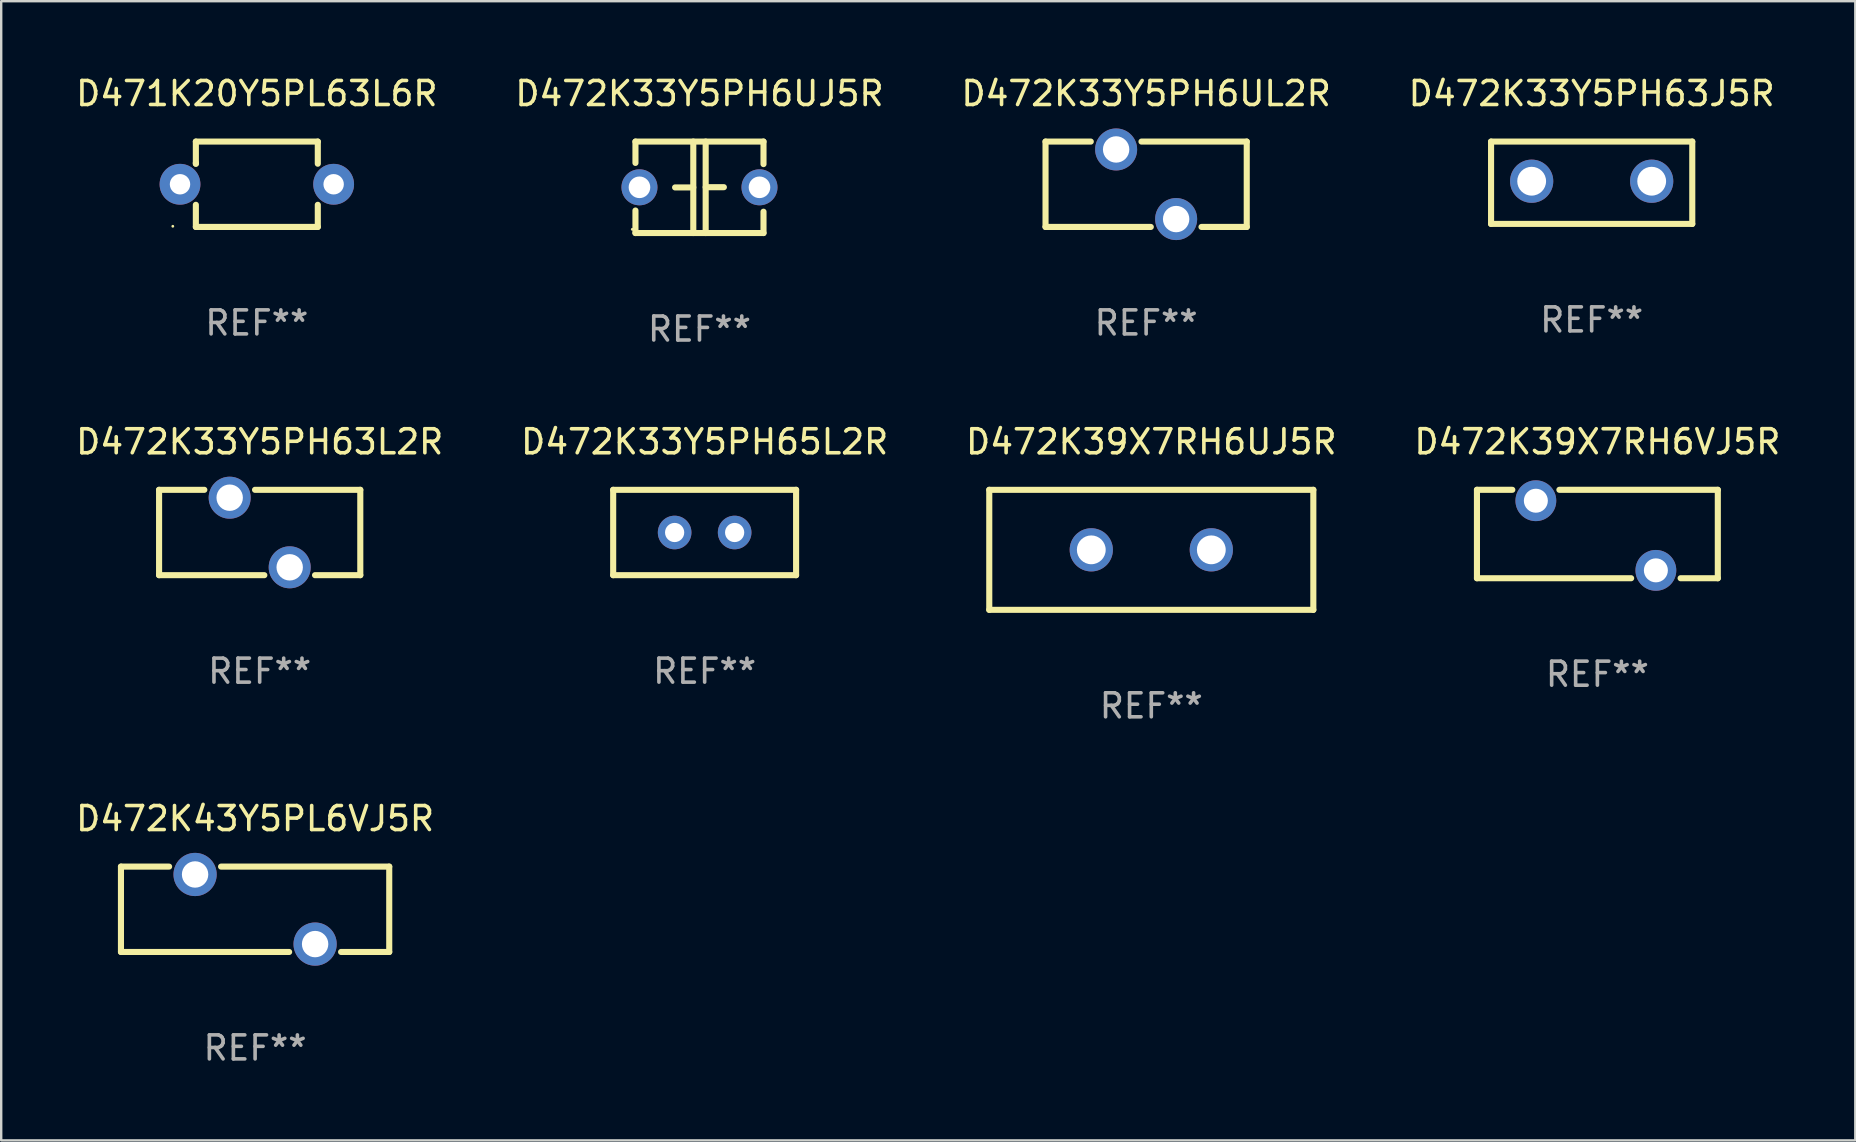
<source format=kicad_pcb>
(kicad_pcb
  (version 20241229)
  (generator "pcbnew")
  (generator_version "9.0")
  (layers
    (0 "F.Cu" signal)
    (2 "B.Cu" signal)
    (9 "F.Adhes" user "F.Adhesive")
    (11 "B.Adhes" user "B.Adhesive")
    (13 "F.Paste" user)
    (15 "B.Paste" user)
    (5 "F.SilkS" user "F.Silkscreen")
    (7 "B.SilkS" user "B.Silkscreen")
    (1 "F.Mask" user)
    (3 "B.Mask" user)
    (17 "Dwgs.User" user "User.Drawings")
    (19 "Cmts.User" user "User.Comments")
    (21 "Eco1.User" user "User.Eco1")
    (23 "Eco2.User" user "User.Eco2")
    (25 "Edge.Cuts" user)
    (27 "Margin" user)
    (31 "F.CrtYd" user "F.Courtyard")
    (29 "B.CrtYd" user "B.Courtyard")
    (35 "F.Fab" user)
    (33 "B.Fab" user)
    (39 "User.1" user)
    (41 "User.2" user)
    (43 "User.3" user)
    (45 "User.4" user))
  (footprint "D472K33Y5PH6UJ5R"
    (layer "F.Cu")
    (at 26.089 4.753)
    (property "Reference" "D472K33Y5PH6UJ5R" (at 0 -3.905 0) (layer "F.SilkS") (effects (font (size 1 1) (thickness 0.15))))
    (attr through_hole)
    (fp_line (start -2.667 -1.905) (end -2.667 -1.016) (stroke (width 0.254) (type solid)) (layer "F.SilkS"))
    (fp_line (start -2.667 0.967) (end -2.667 1.905) (stroke (width 0.254) (type solid)) (layer "F.SilkS"))
    (fp_line (start -2.667 1.905) (end 2.667 1.905) (stroke (width 0.254) (type solid)) (layer "F.SilkS"))
    (fp_line (start -0.258 0.005) (end -1.016 0.005) (stroke (width 0.254) (type solid)) (layer "F.SilkS"))
    (fp_line (start -0.258 1.905) (end -0.258 -1.905) (stroke (width 0.254) (type solid)) (layer "F.SilkS"))
    (fp_line (start 0.258 -1.905) (end 0.258 1.905) (stroke (width 0.254) (type solid)) (layer "F.SilkS"))
    (fp_line (start 0.258 -0.005) (end 1.016 -0.005) (stroke (width 0.254) (type solid)) (layer "F.SilkS"))
    (fp_line (start 2.667 -1.905) (end -2.667 -1.905) (stroke (width 0.254) (type solid)) (layer "F.SilkS"))
    (fp_line (start 2.667 -0.967) (end 2.667 -1.905) (stroke (width 0.254) (type solid)) (layer "F.SilkS"))
    (fp_line (start 2.667 1.905) (end 2.667 1.016) (stroke (width 0.254) (type solid)) (layer "F.SilkS"))
    (fp_circle (center -2.8 1.75) (end -2.77 1.75) (stroke (width 0.06) (type solid)) (fill no) (layer "F.SilkS"))
    (fp_text user "REF**" (at 0 5.905 0) (layer "F.Fab") (effects (font (size 1 1) (thickness 0.15))))
    (pad "1" thru_hole circle (at -2.5 0) (size 1.5 1.5) (drill 0.9) (layers "*.Cu" "*.Mask"))
    (pad "2" thru_hole circle (at 2.5 0) (size 1.5 1.5) (drill 0.9) (layers "*.Cu" "*.Mask")))
  (footprint "D472K33Y5PH63L2R"
    (layer "F.Cu")
    (at 7.768 19.133)
    (property "Reference" "D472K33Y5PH63L2R" (at 0 -3.778 0) (layer "F.SilkS") (effects (font (size 1 1) (thickness 0.15))))
    (attr through_hole)
    (fp_line (start -4.191 -1.778) (end -2.306 -1.778) (stroke (width 0.254) (type solid)) (layer "F.SilkS"))
    (fp_line (start -4.191 1.778) (end -4.191 -1.778) (stroke (width 0.254) (type solid)) (layer "F.SilkS"))
    (fp_line (start -0.194 -1.778) (end 4.191 -1.778) (stroke (width 0.254) (type solid)) (layer "F.SilkS"))
    (fp_line (start 0.194 1.778) (end -4.191 1.778) (stroke (width 0.254) (type solid)) (layer "F.SilkS"))
    (fp_line (start 4.191 -1.778) (end 4.191 1.778) (stroke (width 0.254) (type solid)) (layer "F.SilkS"))
    (fp_line (start 4.191 1.778) (end 2.306 1.778) (stroke (width 0.254) (type solid)) (layer "F.SilkS"))
    (fp_circle (center -4.25 1.75) (end -4.22 1.75) (stroke (width 0.06) (type solid)) (fill no) (layer "F.SilkS"))
    (fp_text user "REF**" (at 0 5.778 0) (layer "F.Fab") (effects (font (size 1 1) (thickness 0.15))))
    (pad "1" thru_hole circle (at -1.25 -1.45) (size 1.75 1.75) (drill 1.1) (layers "*.Cu" "*.Mask"))
    (pad "2" thru_hole circle (at 1.25 1.45) (size 1.75 1.75) (drill 1.1) (layers "*.Cu" "*.Mask")))
  (footprint "D472K33Y5PH63J5R"
    (layer "F.Cu")
    (at 63.256 4.563)
    (property "Reference" "D472K33Y5PH63J5R" (at 0 -3.715 0) (layer "F.SilkS") (effects (font (size 1 1) (thickness 0.15))))
    (attr through_hole)
    (fp_line (start -4.191 -1.715) (end -4.191 1.715) (stroke (width 0.254) (type solid)) (layer "F.SilkS"))
    (fp_line (start -4.191 1.715) (end 4.191 1.715) (stroke (width 0.254) (type solid)) (layer "F.SilkS"))
    (fp_line (start 4.191 -1.715) (end -4.191 -1.715) (stroke (width 0.254) (type solid)) (layer "F.SilkS"))
    (fp_line (start 4.191 1.715) (end 4.191 -1.715) (stroke (width 0.254) (type solid)) (layer "F.SilkS"))
    (fp_circle (center -4.25 1.687) (end -4.22 1.687) (stroke (width 0.06) (type solid)) (fill no) (layer "F.SilkS"))
    (fp_text user "REF**" (at 0 5.715 0) (layer "F.Fab") (effects (font (size 1 1) (thickness 0.15))))
    (pad "1" thru_hole circle (at -2.5 -0.064) (size 1.8 1.8) (drill 1.2) (layers "*.Cu" "*.Mask"))
    (pad "2" thru_hole circle (at 2.5 -0.064) (size 1.8 1.8) (drill 1.2) (layers "*.Cu" "*.Mask")))
  (footprint "D471K20Y5PL63L6R"
    (layer "F.Cu")
    (at 7.649 4.626)
    (property "Reference" "D471K20Y5PL63L6R" (at 0 -3.778 0) (layer "F.SilkS") (effects (font (size 1 1) (thickness 0.15))))
    (attr through_hole)
    (fp_line (start -2.54 -1.778) (end 2.54 -1.778) (stroke (width 0.254) (type solid)) (layer "F.SilkS"))
    (fp_line (start -2.54 -0.856) (end -2.54 -1.778) (stroke (width 0.254) (type solid)) (layer "F.SilkS"))
    (fp_line (start -2.54 -0.856) (end -2.54 -0.889) (stroke (width 0.254) (type solid)) (layer "F.SilkS"))
    (fp_line (start -2.54 1.778) (end -2.54 0.856) (stroke (width 0.254) (type solid)) (layer "F.SilkS"))
    (fp_line (start 2.54 -1.778) (end 2.54 -0.856) (stroke (width 0.254) (type solid)) (layer "F.SilkS"))
    (fp_line (start 2.54 0.856) (end 2.54 1.778) (stroke (width 0.254) (type solid)) (layer "F.SilkS"))
    (fp_line (start 2.54 1.778) (end -2.54 1.778) (stroke (width 0.254) (type solid)) (layer "F.SilkS"))
    (fp_circle (center -3.5 1.75) (end -3.47 1.75) (stroke (width 0.06) (type solid)) (fill no) (layer "F.SilkS"))
    (fp_text user "REF**" (at 0 5.778 0) (layer "F.Fab") (effects (font (size 1 1) (thickness 0.15))))
    (pad "1" thru_hole circle (at -3.2 0.000127) (size 1.7 1.7) (drill 0.85) (layers "*.Cu" "*.Mask"))
    (pad "2" thru_hole circle (at 3.2 0.000127) (size 1.7 1.7) (drill 0.85) (layers "*.Cu" "*.Mask")))
  (footprint "D472K33Y5PH6UL2R"
    (layer "F.Cu")
    (at 44.696 4.626)
    (property "Reference" "D472K33Y5PH6UL2R" (at 0 -3.778 0) (layer "F.SilkS") (effects (font (size 1 1) (thickness 0.15))))
    (attr through_hole)
    (fp_line (start -4.191 -1.778) (end -2.306 -1.778) (stroke (width 0.254) (type solid)) (layer "F.SilkS"))
    (fp_line (start -4.191 1.778) (end -4.191 -1.778) (stroke (width 0.254) (type solid)) (layer "F.SilkS"))
    (fp_line (start -0.194 -1.778) (end 4.191 -1.778) (stroke (width 0.254) (type solid)) (layer "F.SilkS"))
    (fp_line (start 0.194 1.778) (end -4.191 1.778) (stroke (width 0.254) (type solid)) (layer "F.SilkS"))
    (fp_line (start 4.191 -1.778) (end 4.191 1.778) (stroke (width 0.254) (type solid)) (layer "F.SilkS"))
    (fp_line (start 4.191 1.778) (end 2.306 1.778) (stroke (width 0.254) (type solid)) (layer "F.SilkS"))
    (fp_circle (center -4.25 1.75) (end -4.22 1.75) (stroke (width 0.06) (type solid)) (fill no) (layer "F.SilkS"))
    (fp_text user "REF**" (at 0 5.778 0) (layer "F.Fab") (effects (font (size 1 1) (thickness 0.15))))
    (pad "1" thru_hole circle (at -1.25 -1.45) (size 1.75 1.75) (drill 1.1) (layers "*.Cu" "*.Mask"))
    (pad "2" thru_hole circle (at 1.25 1.45) (size 1.75 1.75) (drill 1.1) (layers "*.Cu" "*.Mask")))
  (footprint "D472K33Y5PH65L2R"
    (layer "F.Cu")
    (at 26.304 19.133)
    (property "Reference" "D472K33Y5PH65L2R" (at 0 -3.778 0) (layer "F.SilkS") (effects (font (size 1 1) (thickness 0.15))))
    (attr through_hole)
    (fp_line (start -3.81 -1.778) (end 3.81 -1.778) (stroke (width 0.254) (type solid)) (layer "F.SilkS"))
    (fp_line (start -3.81 1.778) (end -3.81 -1.778) (stroke (width 0.254) (type solid)) (layer "F.SilkS"))
    (fp_line (start 3.81 -1.778) (end 3.81 1.778) (stroke (width 0.254) (type solid)) (layer "F.SilkS"))
    (fp_line (start 3.81 1.778) (end -3.81 1.778) (stroke (width 0.254) (type solid)) (layer "F.SilkS"))
    (fp_circle (center -3.75 1.75) (end -3.72 1.75) (stroke (width 0.06) (type solid)) (fill no) (layer "F.SilkS"))
    (fp_text user "REF**" (at 0 5.778 0) (layer "F.Fab") (effects (font (size 1 1) (thickness 0.15))))
    (pad "1" thru_hole circle (at -1.25 0) (size 1.4 1.4) (drill 0.8) (layers "*.Cu" "*.Mask"))
    (pad "2" thru_hole circle (at 1.25 0) (size 1.4 1.4) (drill 0.8) (layers "*.Cu" "*.Mask")))
  (footprint "D472K39X7RH6UJ5R"
    (layer "F.Cu")
    (at 44.911 19.855)
    (property "Reference" "D472K39X7RH6UJ5R" (at 0 -4.5 0) (layer "F.SilkS") (effects (font (size 1 1) (thickness 0.15))))
    (attr through_hole)
    (fp_line (start -6.75 -2.5) (end 6.75 -2.5) (stroke (width 0.254) (type solid)) (layer "F.SilkS"))
    (fp_line (start -6.75 2.5) (end -6.75 -2.5) (stroke (width 0.254) (type solid)) (layer "F.SilkS"))
    (fp_line (start 6.75 -2.5) (end 6.75 2.5) (stroke (width 0.254) (type solid)) (layer "F.SilkS"))
    (fp_line (start 6.75 2.5) (end -6.75 2.5) (stroke (width 0.254) (type solid)) (layer "F.SilkS"))
    (fp_circle (center -6.75 2.5) (end -6.72 2.5) (stroke (width 0.06) (type solid)) (fill no) (layer "F.SilkS"))
    (fp_text user "REF**" (at 0 6.5 0) (layer "F.Fab") (effects (font (size 1 1) (thickness 0.15))))
    (pad "1" thru_hole circle (at -2.5 0) (size 1.8 1.8) (drill 1.2) (layers "*.Cu" "*.Mask"))
    (pad "2" thru_hole circle (at 2.5 0) (size 1.8 1.8) (drill 1.2) (layers "*.Cu" "*.Mask")))
  (footprint "D472K43Y5PL6VJ5R"
    (layer "F.Cu")
    (at 7.577 34.829)
    (property "Reference" "D472K43Y5PL6VJ5R" (at 0 -3.778 0) (layer "F.SilkS") (effects (font (size 1 1) (thickness 0.15))))
    (attr through_hole)
    (fp_line (start -5.588 -1.778) (end -3.582 -1.778) (stroke (width 0.254) (type solid)) (layer "F.SilkS"))
    (fp_line (start -5.588 1.778) (end -5.588 -1.778) (stroke (width 0.254) (type solid)) (layer "F.SilkS"))
    (fp_line (start -1.418 -1.778) (end 5.588 -1.778) (stroke (width 0.254) (type solid)) (layer "F.SilkS"))
    (fp_line (start 1.418 1.778) (end -5.588 1.778) (stroke (width 0.254) (type solid)) (layer "F.SilkS"))
    (fp_line (start 5.588 -1.778) (end 5.588 1.778) (stroke (width 0.254) (type solid)) (layer "F.SilkS"))
    (fp_line (start 5.588 1.778) (end 3.582 1.778) (stroke (width 0.254) (type solid)) (layer "F.SilkS"))
    (fp_circle (center -5.5 -1.75) (end -5.47 -1.75) (stroke (width 0.06) (type solid)) (fill no) (layer "F.SilkS"))
    (fp_text user "REF**" (at 0 5.778 0) (layer "F.Fab") (effects (font (size 1 1) (thickness 0.15))))
    (pad "1" thru_hole circle (at -2.5 -1.45) (size 1.8 1.8) (drill 1.1) (layers "*.Cu" "*.Mask"))
    (pad "2" thru_hole circle (at 2.5 1.45) (size 1.8 1.8) (drill 1.1) (layers "*.Cu" "*.Mask")))
  (footprint "D472K39X7RH6VJ5R"
    (layer "F.Cu")
    (at 63.494 19.196)
    (property "Reference" "D472K39X7RH6VJ5R" (at 0 -3.842 0) (layer "F.SilkS") (effects (font (size 1 1) (thickness 0.15))))
    (attr through_hole)
    (fp_line (start -5.017 -1.842) (end -3.544 -1.842) (stroke (width 0.254) (type solid)) (layer "F.SilkS"))
    (fp_line (start -5.017 1.842) (end -5.017 -1.842) (stroke (width 0.254) (type solid)) (layer "F.SilkS"))
    (fp_line (start -1.583 -1.842) (end 5.017 -1.842) (stroke (width 0.254) (type solid)) (layer "F.SilkS"))
    (fp_line (start 1.406 1.842) (end -5.017 1.842) (stroke (width 0.254) (type solid)) (layer "F.SilkS"))
    (fp_line (start 5.017 -1.842) (end 5.017 1.842) (stroke (width 0.254) (type solid)) (layer "F.SilkS"))
    (fp_line (start 5.017 1.842) (end 3.467 1.842) (stroke (width 0.254) (type solid)) (layer "F.SilkS"))
    (fp_circle (center -5.064 -1.687) (end -5.034 -1.687) (stroke (width 0.06) (type solid)) (fill no) (layer "F.SilkS"))
    (fp_text user "REF**" (at 0 5.842 0) (layer "F.Fab") (effects (font (size 1 1) (thickness 0.15))))
    (pad "1" thru_hole circle (at -2.563 -1.387) (size 1.7 1.7) (drill 1) (layers "*.Cu" "*.Mask"))
    (pad "2" thru_hole circle (at 2.437 1.514) (size 1.7 1.7) (drill 1) (layers "*.Cu" "*.Mask")))
  (gr_rect
    (start -3 -3)
    (end 74.238 44.456)
    (stroke (width 0.1) (type default))
    (fill no)
    (layer "Edge.Cuts")))
</source>
